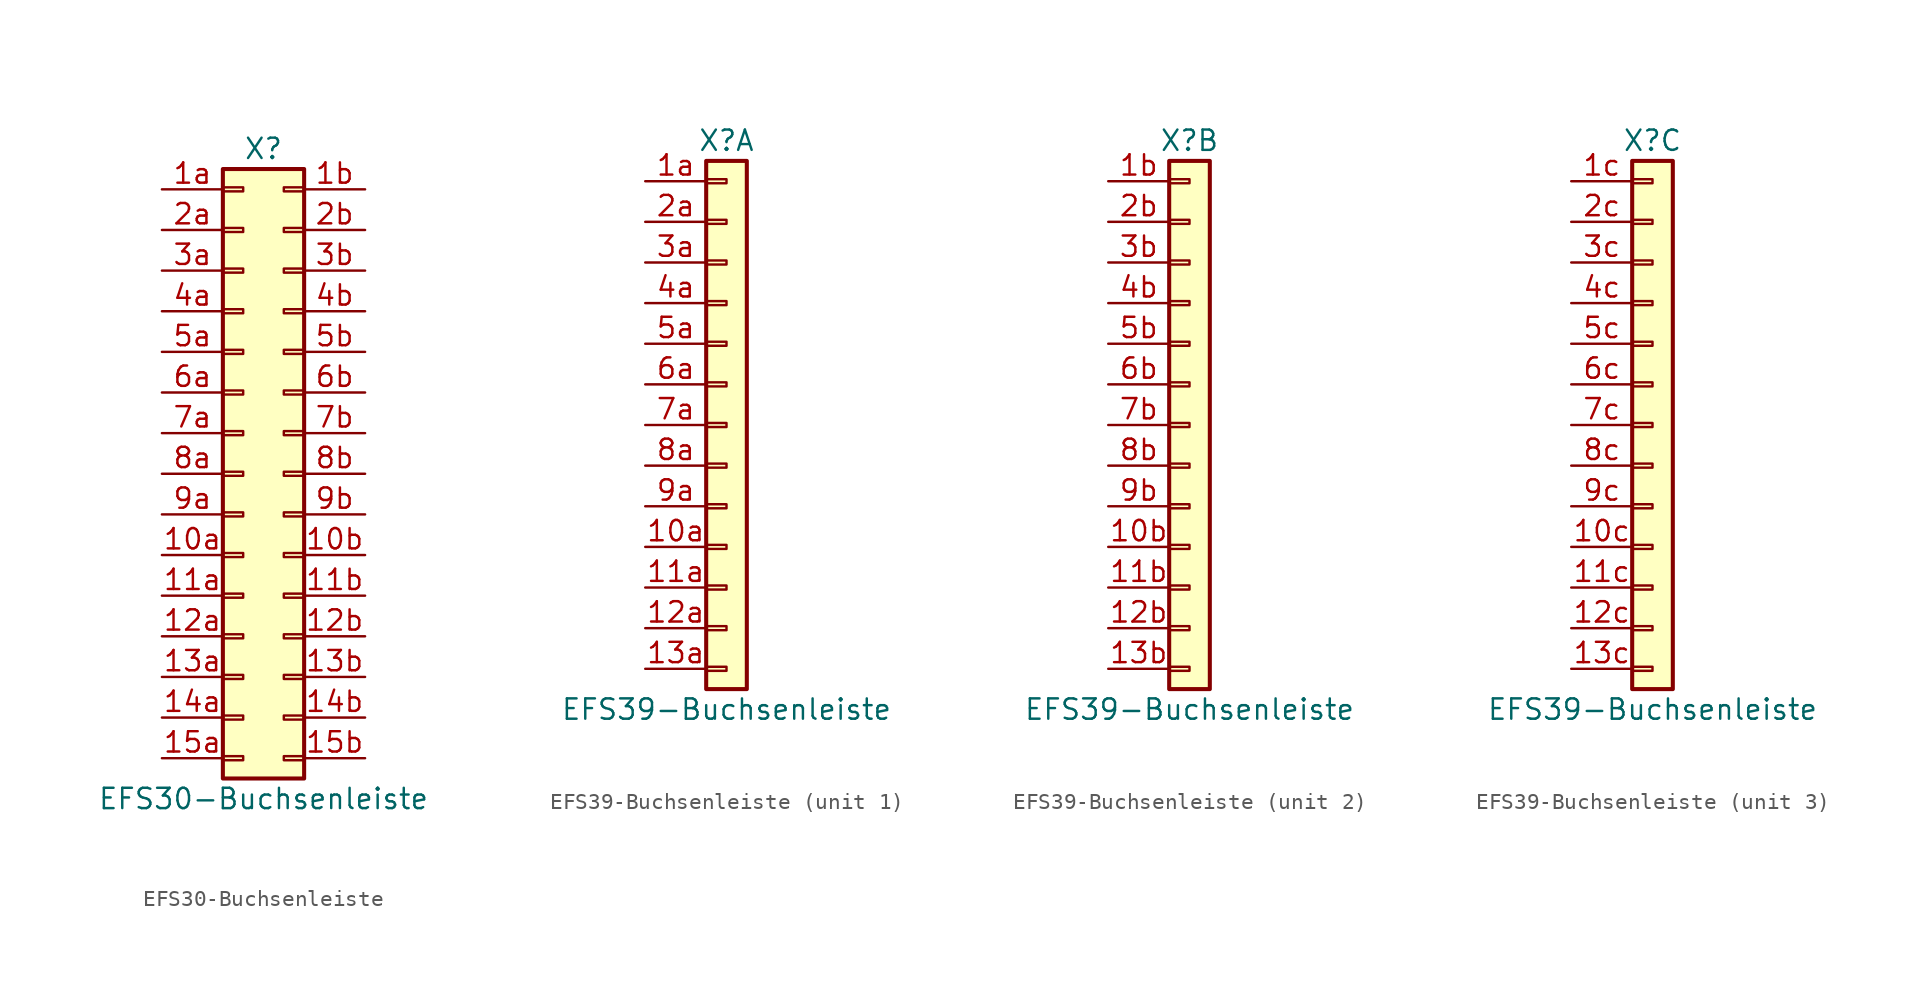
<source format=kicad_sym>
(kicad_symbol_lib
  (version 20211014)
  (generator kicad_symbol_editor)
  (symbol "EFS30-Buchsenleiste"
    (pin_names
      (offset 1.016) hide)
    (property "Reference" "X"
      (at 0 20.32 0)
      (effects (font (size 1.27 1.27))))
    (property "Value" "EFS30-Buchsenleiste"
      (at 0 -20.32 0)
      (effects (font (size 1.27 1.27))))
    (symbol "EFS30-Buchsenleiste_1_1"
      (rectangle (start -2.54 -17.653) (end -1.27 -17.907) (stroke (width 0.152) (type default) (color 0 0 0 0)) (fill (type none)))
      (rectangle (start -2.54 -15.113) (end -1.27 -15.367) (stroke (width 0.152) (type default) (color 0 0 0 0)) (fill (type none)))
      (rectangle (start -2.54 -12.573) (end -1.27 -12.827) (stroke (width 0.152) (type default) (color 0 0 0 0)) (fill (type none)))
      (rectangle (start -2.54 -10.033) (end -1.27 -10.287) (stroke (width 0.152) (type default) (color 0 0 0 0)) (fill (type none)))
      (rectangle (start -2.54 -7.493) (end -1.27 -7.747) (stroke (width 0.152) (type default) (color 0 0 0 0)) (fill (type none)))
      (rectangle (start -2.54 -4.953) (end -1.27 -5.207) (stroke (width 0.152) (type default) (color 0 0 0 0)) (fill (type none)))
      (rectangle (start -2.54 -2.413) (end -1.27 -2.667) (stroke (width 0.152) (type default) (color 0 0 0 0)) (fill (type none)))
      (rectangle (start -2.54 0.127) (end -1.27 -0.127) (stroke (width 0.152) (type default) (color 0 0 0 0)) (fill (type none)))
      (rectangle (start -2.54 2.667) (end -1.27 2.413) (stroke (width 0.152) (type default) (color 0 0 0 0)) (fill (type none)))
      (rectangle (start -2.54 5.207) (end -1.27 4.953) (stroke (width 0.152) (type default) (color 0 0 0 0)) (fill (type none)))
      (rectangle (start -2.54 7.747) (end -1.27 7.493) (stroke (width 0.152) (type default) (color 0 0 0 0)) (fill (type none)))
      (rectangle (start -2.54 10.287) (end -1.27 10.033) (stroke (width 0.152) (type default) (color 0 0 0 0)) (fill (type none)))
      (rectangle (start -2.54 12.827) (end -1.27 12.573) (stroke (width 0.152) (type default) (color 0 0 0 0)) (fill (type none)))
      (rectangle (start -2.54 15.367) (end -1.27 15.113) (stroke (width 0.152) (type default) (color 0 0 0 0)) (fill (type none)))
      (rectangle (start -2.54 17.907) (end -1.27 17.653) (stroke (width 0.152) (type default) (color 0 0 0 0)) (fill (type none)))
      (rectangle (start -2.54 19.05) (end 2.54 -19.05) (stroke (width 0.254) (type default) (color 0 0 0 0)) (fill (type background)))
      (rectangle (start 2.54 -17.653) (end 1.27 -17.907) (stroke (width 0.152) (type default) (color 0 0 0 0)) (fill (type none)))
      (rectangle (start 2.54 -15.113) (end 1.27 -15.367) (stroke (width 0.152) (type default) (color 0 0 0 0)) (fill (type none)))
      (rectangle (start 2.54 -12.573) (end 1.27 -12.827) (stroke (width 0.152) (type default) (color 0 0 0 0)) (fill (type none)))
      (rectangle (start 2.54 -10.033) (end 1.27 -10.287) (stroke (width 0.152) (type default) (color 0 0 0 0)) (fill (type none)))
      (rectangle (start 2.54 -7.493) (end 1.27 -7.747) (stroke (width 0.152) (type default) (color 0 0 0 0)) (fill (type none)))
      (rectangle (start 2.54 -4.953) (end 1.27 -5.207) (stroke (width 0.152) (type default) (color 0 0 0 0)) (fill (type none)))
      (rectangle (start 2.54 -2.413) (end 1.27 -2.667) (stroke (width 0.152) (type default) (color 0 0 0 0)) (fill (type none)))
      (rectangle (start 2.54 0.127) (end 1.27 -0.127) (stroke (width 0.152) (type default) (color 0 0 0 0)) (fill (type none)))
      (rectangle (start 2.54 2.667) (end 1.27 2.413) (stroke (width 0.152) (type default) (color 0 0 0 0)) (fill (type none)))
      (rectangle (start 2.54 5.207) (end 1.27 4.953) (stroke (width 0.152) (type default) (color 0 0 0 0)) (fill (type none)))
      (rectangle (start 2.54 7.747) (end 1.27 7.493) (stroke (width 0.152) (type default) (color 0 0 0 0)) (fill (type none)))
      (rectangle (start 2.54 10.287) (end 1.27 10.033) (stroke (width 0.152) (type default) (color 0 0 0 0)) (fill (type none)))
      (rectangle (start 2.54 12.827) (end 1.27 12.573) (stroke (width 0.152) (type default) (color 0 0 0 0)) (fill (type none)))
      (rectangle (start 2.54 15.367) (end 1.27 15.113) (stroke (width 0.152) (type default) (color 0 0 0 0)) (fill (type none)))
      (rectangle (start 2.54 17.907) (end 1.27 17.653) (stroke (width 0.152) (type default) (color 0 0 0 0)) (fill (type none)))
      (pin passive line (at -6.35 -5.08 0) (length 3.81) (name "Pin_10a" (effects (font (size 1.27 1.27)))) (number "10a" (effects (font (size 1.27 1.27)))))
      (pin passive line (at 6.35 -5.08 180) (length 3.81) (name "Pin_10b" (effects (font (size 1.27 1.27)))) (number "10b" (effects (font (size 1.27 1.27)))))
      (pin passive line (at -6.35 -7.62 0) (length 3.81) (name "Pin_11a" (effects (font (size 1.27 1.27)))) (number "11a" (effects (font (size 1.27 1.27)))))
      (pin passive line (at 6.35 -7.62 180) (length 3.81) (name "Pin_11b" (effects (font (size 1.27 1.27)))) (number "11b" (effects (font (size 1.27 1.27)))))
      (pin passive line (at -6.35 -10.16 0) (length 3.81) (name "Pin_12a" (effects (font (size 1.27 1.27)))) (number "12a" (effects (font (size 1.27 1.27)))))
      (pin passive line (at 6.35 -10.16 180) (length 3.81) (name "Pin_12b" (effects (font (size 1.27 1.27)))) (number "12b" (effects (font (size 1.27 1.27)))))
      (pin passive line (at -6.35 -12.7 0) (length 3.81) (name "Pin_13a" (effects (font (size 1.27 1.27)))) (number "13a" (effects (font (size 1.27 1.27)))))
      (pin passive line (at 6.35 -12.7 180) (length 3.81) (name "Pin_13b" (effects (font (size 1.27 1.27)))) (number "13b" (effects (font (size 1.27 1.27)))))
      (pin passive line (at -6.35 -15.24 0) (length 3.81) (name "Pin_14a" (effects (font (size 1.27 1.27)))) (number "14a" (effects (font (size 1.27 1.27)))))
      (pin passive line (at 6.35 -15.24 180) (length 3.81) (name "Pin_14b" (effects (font (size 1.27 1.27)))) (number "14b" (effects (font (size 1.27 1.27)))))
      (pin passive line (at -6.35 -17.78 0) (length 3.81) (name "Pin_15a" (effects (font (size 1.27 1.27)))) (number "15a" (effects (font (size 1.27 1.27)))))
      (pin passive line (at 6.35 -17.78 180) (length 3.81) (name "Pin_15b" (effects (font (size 1.27 1.27)))) (number "15b" (effects (font (size 1.27 1.27)))))
      (pin passive line (at -6.35 17.78 0) (length 3.81) (name "Pin_1a" (effects (font (size 1.27 1.27)))) (number "1a" (effects (font (size 1.27 1.27)))))
      (pin passive line (at 6.35 17.78 180) (length 3.81) (name "Pin_1b" (effects (font (size 1.27 1.27)))) (number "1b" (effects (font (size 1.27 1.27)))))
      (pin passive line (at -6.35 15.24 0) (length 3.81) (name "Pin_2a" (effects (font (size 1.27 1.27)))) (number "2a" (effects (font (size 1.27 1.27)))))
      (pin passive line (at 6.35 15.24 180) (length 3.81) (name "Pin_2b" (effects (font (size 1.27 1.27)))) (number "2b" (effects (font (size 1.27 1.27)))))
      (pin passive line (at -6.35 12.7 0) (length 3.81) (name "Pin_3a" (effects (font (size 1.27 1.27)))) (number "3a" (effects (font (size 1.27 1.27)))))
      (pin passive line (at 6.35 12.7 180) (length 3.81) (name "Pin_3b" (effects (font (size 1.27 1.27)))) (number "3b" (effects (font (size 1.27 1.27)))))
      (pin passive line (at -6.35 10.16 0) (length 3.81) (name "Pin_4a" (effects (font (size 1.27 1.27)))) (number "4a" (effects (font (size 1.27 1.27)))))
      (pin passive line (at 6.35 10.16 180) (length 3.81) (name "Pin_4b" (effects (font (size 1.27 1.27)))) (number "4b" (effects (font (size 1.27 1.27)))))
      (pin passive line (at -6.35 7.62 0) (length 3.81) (name "Pin_5a" (effects (font (size 1.27 1.27)))) (number "5a" (effects (font (size 1.27 1.27)))))
      (pin passive line (at 6.35 7.62 180) (length 3.81) (name "Pin_5b" (effects (font (size 1.27 1.27)))) (number "5b" (effects (font (size 1.27 1.27)))))
      (pin passive line (at -6.35 5.08 0) (length 3.81) (name "Pin_6a" (effects (font (size 1.27 1.27)))) (number "6a" (effects (font (size 1.27 1.27)))))
      (pin passive line (at 6.35 5.08 180) (length 3.81) (name "Pin_6b" (effects (font (size 1.27 1.27)))) (number "6b" (effects (font (size 1.27 1.27)))))
      (pin passive line (at -6.35 2.54 0) (length 3.81) (name "Pin_7a" (effects (font (size 1.27 1.27)))) (number "7a" (effects (font (size 1.27 1.27)))))
      (pin passive line (at 6.35 2.54 180) (length 3.81) (name "Pin_7b" (effects (font (size 1.27 1.27)))) (number "7b" (effects (font (size 1.27 1.27)))))
      (pin passive line (at -6.35 0 0) (length 3.81) (name "Pin_8a" (effects (font (size 1.27 1.27)))) (number "8a" (effects (font (size 1.27 1.27)))))
      (pin passive line (at 6.35 0 180) (length 3.81) (name "Pin_8b" (effects (font (size 1.27 1.27)))) (number "8b" (effects (font (size 1.27 1.27)))))
      (pin passive line (at -6.35 -2.54 0) (length 3.81) (name "Pin_9a" (effects (font (size 1.27 1.27)))) (number "9a" (effects (font (size 1.27 1.27)))))
      (pin passive line (at 6.35 -2.54 180) (length 3.81) (name "Pin_9b" (effects (font (size 1.27 1.27)))) (number "9b" (effects (font (size 1.27 1.27)))))))
  (symbol "EFS39-Buchsenleiste"
    (pin_names
      (offset 1.016) hide)
    (property "Reference" "X"
      (at 0 17.78 0)
      (effects (font (size 1.27 1.27))))
    (property "Value" "EFS39-Buchsenleiste"
      (at 0 -17.78 0)
      (effects (font (size 1.27 1.27))))
    (property "ki_locked" ""
      (at 0 0 0)
      (effects (font (size 1.27 1.27))))
    (symbol "EFS39-Buchsenleiste_1_1"
      (rectangle (start -1.27 -15.113) (end 0 -15.367) (stroke (width 0.152) (type default) (color 0 0 0 0)) (fill (type none)))
      (rectangle (start -1.27 -12.573) (end 0 -12.827) (stroke (width 0.152) (type default) (color 0 0 0 0)) (fill (type none)))
      (rectangle (start -1.27 -10.033) (end 0 -10.287) (stroke (width 0.152) (type default) (color 0 0 0 0)) (fill (type none)))
      (rectangle (start -1.27 -7.493) (end 0 -7.747) (stroke (width 0.152) (type default) (color 0 0 0 0)) (fill (type none)))
      (rectangle (start -1.27 -4.953) (end 0 -5.207) (stroke (width 0.152) (type default) (color 0 0 0 0)) (fill (type none)))
      (rectangle (start -1.27 -2.413) (end 0 -2.667) (stroke (width 0.152) (type default) (color 0 0 0 0)) (fill (type none)))
      (rectangle (start -1.27 0.127) (end 0 -0.127) (stroke (width 0.152) (type default) (color 0 0 0 0)) (fill (type none)))
      (rectangle (start -1.27 2.667) (end 0 2.413) (stroke (width 0.152) (type default) (color 0 0 0 0)) (fill (type none)))
      (rectangle (start -1.27 5.207) (end 0 4.953) (stroke (width 0.152) (type default) (color 0 0 0 0)) (fill (type none)))
      (rectangle (start -1.27 7.747) (end 0 7.493) (stroke (width 0.152) (type default) (color 0 0 0 0)) (fill (type none)))
      (rectangle (start -1.27 10.287) (end 0 10.033) (stroke (width 0.152) (type default) (color 0 0 0 0)) (fill (type none)))
      (rectangle (start -1.27 12.827) (end 0 12.573) (stroke (width 0.152) (type default) (color 0 0 0 0)) (fill (type none)))
      (rectangle (start -1.27 15.367) (end 0 15.113) (stroke (width 0.152) (type default) (color 0 0 0 0)) (fill (type none)))
      (rectangle (start -1.27 16.51) (end 1.27 -16.51) (stroke (width 0.254) (type default) (color 0 0 0 0)) (fill (type background)))
      (pin passive line (at -5.08 -7.62 0) (length 3.81) (name "Pin_10a" (effects (font (size 1.27 1.27)))) (number "10a" (effects (font (size 1.27 1.27)))))
      (pin passive line (at -5.08 -10.16 0) (length 3.81) (name "Pin_11a" (effects (font (size 1.27 1.27)))) (number "11a" (effects (font (size 1.27 1.27)))))
      (pin passive line (at -5.08 -12.7 0) (length 3.81) (name "Pin_12a" (effects (font (size 1.27 1.27)))) (number "12a" (effects (font (size 1.27 1.27)))))
      (pin passive line (at -5.08 -15.24 0) (length 3.81) (name "Pin_13a" (effects (font (size 1.27 1.27)))) (number "13a" (effects (font (size 1.27 1.27)))))
      (pin passive line (at -5.08 15.24 0) (length 3.81) (name "Pin_1a" (effects (font (size 1.27 1.27)))) (number "1a" (effects (font (size 1.27 1.27)))))
      (pin passive line (at -5.08 12.7 0) (length 3.81) (name "Pin_2a" (effects (font (size 1.27 1.27)))) (number "2a" (effects (font (size 1.27 1.27)))))
      (pin passive line (at -5.08 10.16 0) (length 3.81) (name "Pin_3a" (effects (font (size 1.27 1.27)))) (number "3a" (effects (font (size 1.27 1.27)))))
      (pin passive line (at -5.08 7.62 0) (length 3.81) (name "Pin_4a" (effects (font (size 1.27 1.27)))) (number "4a" (effects (font (size 1.27 1.27)))))
      (pin passive line (at -5.08 5.08 0) (length 3.81) (name "Pin_5a" (effects (font (size 1.27 1.27)))) (number "5a" (effects (font (size 1.27 1.27)))))
      (pin passive line (at -5.08 2.54 0) (length 3.81) (name "Pin_6a" (effects (font (size 1.27 1.27)))) (number "6a" (effects (font (size 1.27 1.27)))))
      (pin passive line (at -5.08 0 0) (length 3.81) (name "Pin_7a" (effects (font (size 1.27 1.27)))) (number "7a" (effects (font (size 1.27 1.27)))))
      (pin passive line (at -5.08 -2.54 0) (length 3.81) (name "Pin_8a" (effects (font (size 1.27 1.27)))) (number "8a" (effects (font (size 1.27 1.27)))))
      (pin passive line (at -5.08 -5.08 0) (length 3.81) (name "Pin_9a" (effects (font (size 1.27 1.27)))) (number "9a" (effects (font (size 1.27 1.27))))))
    (symbol "EFS39-Buchsenleiste_2_1"
      (rectangle (start -1.27 -15.113) (end 0 -15.367) (stroke (width 0.152) (type default) (color 0 0 0 0)) (fill (type none)))
      (rectangle (start -1.27 -12.573) (end 0 -12.827) (stroke (width 0.152) (type default) (color 0 0 0 0)) (fill (type none)))
      (rectangle (start -1.27 -10.033) (end 0 -10.287) (stroke (width 0.152) (type default) (color 0 0 0 0)) (fill (type none)))
      (rectangle (start -1.27 -7.493) (end 0 -7.747) (stroke (width 0.152) (type default) (color 0 0 0 0)) (fill (type none)))
      (rectangle (start -1.27 -4.953) (end 0 -5.207) (stroke (width 0.152) (type default) (color 0 0 0 0)) (fill (type none)))
      (rectangle (start -1.27 -2.413) (end 0 -2.667) (stroke (width 0.152) (type default) (color 0 0 0 0)) (fill (type none)))
      (rectangle (start -1.27 0.127) (end 0 -0.127) (stroke (width 0.152) (type default) (color 0 0 0 0)) (fill (type none)))
      (rectangle (start -1.27 2.667) (end 0 2.413) (stroke (width 0.152) (type default) (color 0 0 0 0)) (fill (type none)))
      (rectangle (start -1.27 5.207) (end 0 4.953) (stroke (width 0.152) (type default) (color 0 0 0 0)) (fill (type none)))
      (rectangle (start -1.27 7.747) (end 0 7.493) (stroke (width 0.152) (type default) (color 0 0 0 0)) (fill (type none)))
      (rectangle (start -1.27 10.287) (end 0 10.033) (stroke (width 0.152) (type default) (color 0 0 0 0)) (fill (type none)))
      (rectangle (start -1.27 12.827) (end 0 12.573) (stroke (width 0.152) (type default) (color 0 0 0 0)) (fill (type none)))
      (rectangle (start -1.27 15.367) (end 0 15.113) (stroke (width 0.152) (type default) (color 0 0 0 0)) (fill (type none)))
      (rectangle (start -1.27 16.51) (end 1.27 -16.51) (stroke (width 0.254) (type default) (color 0 0 0 0)) (fill (type background)))
      (pin passive line (at -5.08 -7.62 0) (length 3.81) (name "Pin_10b" (effects (font (size 1.27 1.27)))) (number "10b" (effects (font (size 1.27 1.27)))))
      (pin passive line (at -5.08 -10.16 0) (length 3.81) (name "Pin_11b" (effects (font (size 1.27 1.27)))) (number "11b" (effects (font (size 1.27 1.27)))))
      (pin passive line (at -5.08 -12.7 0) (length 3.81) (name "Pin_12b" (effects (font (size 1.27 1.27)))) (number "12b" (effects (font (size 1.27 1.27)))))
      (pin passive line (at -5.08 -15.24 0) (length 3.81) (name "Pin_13b" (effects (font (size 1.27 1.27)))) (number "13b" (effects (font (size 1.27 1.27)))))
      (pin passive line (at -5.08 15.24 0) (length 3.81) (name "Pin_1b" (effects (font (size 1.27 1.27)))) (number "1b" (effects (font (size 1.27 1.27)))))
      (pin passive line (at -5.08 12.7 0) (length 3.81) (name "Pin_2b" (effects (font (size 1.27 1.27)))) (number "2b" (effects (font (size 1.27 1.27)))))
      (pin passive line (at -5.08 10.16 0) (length 3.81) (name "Pin_3b" (effects (font (size 1.27 1.27)))) (number "3b" (effects (font (size 1.27 1.27)))))
      (pin passive line (at -5.08 7.62 0) (length 3.81) (name "Pin_4b" (effects (font (size 1.27 1.27)))) (number "4b" (effects (font (size 1.27 1.27)))))
      (pin passive line (at -5.08 5.08 0) (length 3.81) (name "Pin_5b" (effects (font (size 1.27 1.27)))) (number "5b" (effects (font (size 1.27 1.27)))))
      (pin passive line (at -5.08 2.54 0) (length 3.81) (name "Pin_6b" (effects (font (size 1.27 1.27)))) (number "6b" (effects (font (size 1.27 1.27)))))
      (pin passive line (at -5.08 0 0) (length 3.81) (name "Pin_7b" (effects (font (size 1.27 1.27)))) (number "7b" (effects (font (size 1.27 1.27)))))
      (pin passive line (at -5.08 -2.54 0) (length 3.81) (name "Pin_8b" (effects (font (size 1.27 1.27)))) (number "8b" (effects (font (size 1.27 1.27)))))
      (pin passive line (at -5.08 -5.08 0) (length 3.81) (name "Pin_9b" (effects (font (size 1.27 1.27)))) (number "9b" (effects (font (size 1.27 1.27))))))
    (symbol "EFS39-Buchsenleiste_3_1"
      (rectangle (start -1.27 -15.113) (end 0 -15.367) (stroke (width 0.152) (type default) (color 0 0 0 0)) (fill (type none)))
      (rectangle (start -1.27 -12.573) (end 0 -12.827) (stroke (width 0.152) (type default) (color 0 0 0 0)) (fill (type none)))
      (rectangle (start -1.27 -10.033) (end 0 -10.287) (stroke (width 0.152) (type default) (color 0 0 0 0)) (fill (type none)))
      (rectangle (start -1.27 -7.493) (end 0 -7.747) (stroke (width 0.152) (type default) (color 0 0 0 0)) (fill (type none)))
      (rectangle (start -1.27 -4.953) (end 0 -5.207) (stroke (width 0.152) (type default) (color 0 0 0 0)) (fill (type none)))
      (rectangle (start -1.27 -2.413) (end 0 -2.667) (stroke (width 0.152) (type default) (color 0 0 0 0)) (fill (type none)))
      (rectangle (start -1.27 0.127) (end 0 -0.127) (stroke (width 0.152) (type default) (color 0 0 0 0)) (fill (type none)))
      (rectangle (start -1.27 2.667) (end 0 2.413) (stroke (width 0.152) (type default) (color 0 0 0 0)) (fill (type none)))
      (rectangle (start -1.27 5.207) (end 0 4.953) (stroke (width 0.152) (type default) (color 0 0 0 0)) (fill (type none)))
      (rectangle (start -1.27 7.747) (end 0 7.493) (stroke (width 0.152) (type default) (color 0 0 0 0)) (fill (type none)))
      (rectangle (start -1.27 10.287) (end 0 10.033) (stroke (width 0.152) (type default) (color 0 0 0 0)) (fill (type none)))
      (rectangle (start -1.27 12.827) (end 0 12.573) (stroke (width 0.152) (type default) (color 0 0 0 0)) (fill (type none)))
      (rectangle (start -1.27 15.367) (end 0 15.113) (stroke (width 0.152) (type default) (color 0 0 0 0)) (fill (type none)))
      (rectangle (start -1.27 16.51) (end 1.27 -16.51) (stroke (width 0.254) (type default) (color 0 0 0 0)) (fill (type background)))
      (pin passive line (at -5.08 -7.62 0) (length 3.81) (name "Pin_10c" (effects (font (size 1.27 1.27)))) (number "10c" (effects (font (size 1.27 1.27)))))
      (pin passive line (at -5.08 -10.16 0) (length 3.81) (name "Pin_11c" (effects (font (size 1.27 1.27)))) (number "11c" (effects (font (size 1.27 1.27)))))
      (pin passive line (at -5.08 -12.7 0) (length 3.81) (name "Pin_12c" (effects (font (size 1.27 1.27)))) (number "12c" (effects (font (size 1.27 1.27)))))
      (pin passive line (at -5.08 -15.24 0) (length 3.81) (name "Pin_13c" (effects (font (size 1.27 1.27)))) (number "13c" (effects (font (size 1.27 1.27)))))
      (pin passive line (at -5.08 15.24 0) (length 3.81) (name "Pin_1c" (effects (font (size 1.27 1.27)))) (number "1c" (effects (font (size 1.27 1.27)))))
      (pin passive line (at -5.08 12.7 0) (length 3.81) (name "Pin_2c" (effects (font (size 1.27 1.27)))) (number "2c" (effects (font (size 1.27 1.27)))))
      (pin passive line (at -5.08 10.16 0) (length 3.81) (name "Pin_3c" (effects (font (size 1.27 1.27)))) (number "3c" (effects (font (size 1.27 1.27)))))
      (pin passive line (at -5.08 7.62 0) (length 3.81) (name "Pin_4c" (effects (font (size 1.27 1.27)))) (number "4c" (effects (font (size 1.27 1.27)))))
      (pin passive line (at -5.08 5.08 0) (length 3.81) (name "Pin_5c" (effects (font (size 1.27 1.27)))) (number "5c" (effects (font (size 1.27 1.27)))))
      (pin passive line (at -5.08 2.54 0) (length 3.81) (name "Pin_6c" (effects (font (size 1.27 1.27)))) (number "6c" (effects (font (size 1.27 1.27)))))
      (pin passive line (at -5.08 0 0) (length 3.81) (name "Pin_7c" (effects (font (size 1.27 1.27)))) (number "7c" (effects (font (size 1.27 1.27)))))
      (pin passive line (at -5.08 -2.54 0) (length 3.81) (name "Pin_8c" (effects (font (size 1.27 1.27)))) (number "8c" (effects (font (size 1.27 1.27)))))
      (pin passive line (at -5.08 -5.08 0) (length 3.81) (name "Pin_9c" (effects (font (size 1.27 1.27)))) (number "9c" (effects (font (size 1.27 1.27))))))))
</source>
